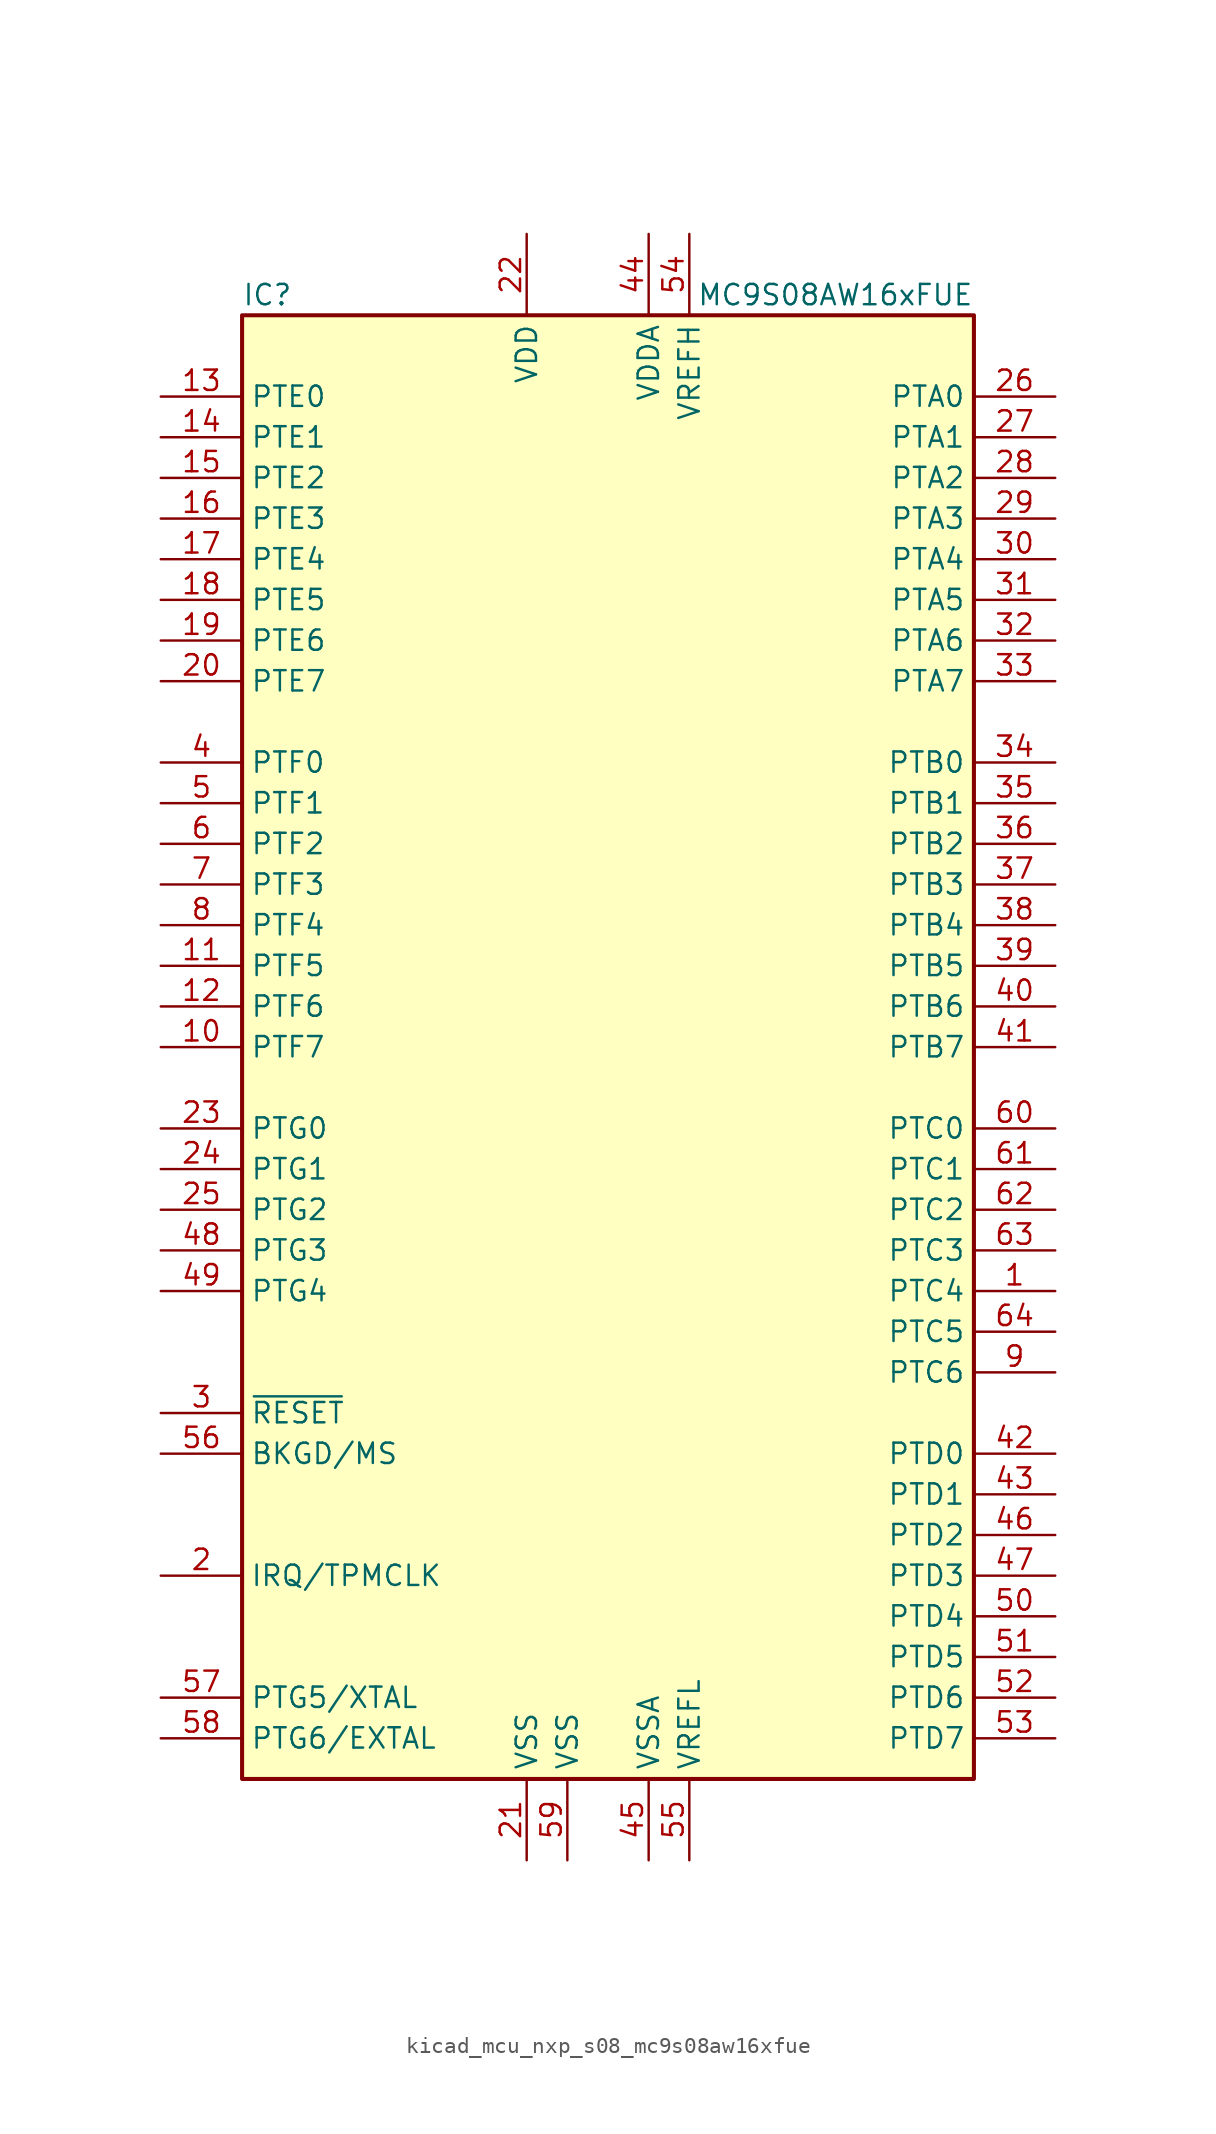
<source format=kicad_sym>
(kicad_symbol_lib
  (version 20220914)
  (generator kicad_symbol_editor)
  (symbol "kicad_mcu_nxp_s08_mc9s08aw16xfue"
    (property "Reference" "IC"
      (at -22.86 46.99 0)
      (effects (font (size 1.27 1.27)) (justify left)))
    (property "Value" "MC9S08AW16xFUE"
      (at 22.86 46.99 0)
      (effects (font (size 1.27 1.27)) (justify right)))
    (symbol "kicad_mcu_nxp_s08_mc9s08aw16xfue_0_1"
      (rectangle (start -22.86 45.72) (end 22.86 -45.72) (stroke (width 0.254) (type default)) (fill (type background))))
    (symbol "kicad_mcu_nxp_s08_mc9s08aw16xfue_1_1"
      (pin bidirectional line (at 27.94 -15.24 180) (length 5.08) (name "PTC4" (effects (font (size 1.27 1.27)))) (number "1" (effects (font (size 1.27 1.27)))))
      (pin bidirectional line (at -27.94 0 0) (length 5.08) (name "PTF7" (effects (font (size 1.27 1.27)))) (number "10" (effects (font (size 1.27 1.27)))))
      (pin bidirectional line (at -27.94 5.08 0) (length 5.08) (name "PTF5" (effects (font (size 1.27 1.27)))) (number "11" (effects (font (size 1.27 1.27)))))
      (pin bidirectional line (at -27.94 2.54 0) (length 5.08) (name "PTF6" (effects (font (size 1.27 1.27)))) (number "12" (effects (font (size 1.27 1.27)))))
      (pin bidirectional line (at -27.94 40.64 0) (length 5.08) (name "PTE0" (effects (font (size 1.27 1.27)))) (number "13" (effects (font (size 1.27 1.27)))))
      (pin bidirectional line (at -27.94 38.1 0) (length 5.08) (name "PTE1" (effects (font (size 1.27 1.27)))) (number "14" (effects (font (size 1.27 1.27)))))
      (pin bidirectional line (at -27.94 35.56 0) (length 5.08) (name "PTE2" (effects (font (size 1.27 1.27)))) (number "15" (effects (font (size 1.27 1.27)))))
      (pin bidirectional line (at -27.94 33.02 0) (length 5.08) (name "PTE3" (effects (font (size 1.27 1.27)))) (number "16" (effects (font (size 1.27 1.27)))))
      (pin bidirectional line (at -27.94 30.48 0) (length 5.08) (name "PTE4" (effects (font (size 1.27 1.27)))) (number "17" (effects (font (size 1.27 1.27)))))
      (pin bidirectional line (at -27.94 27.94 0) (length 5.08) (name "PTE5" (effects (font (size 1.27 1.27)))) (number "18" (effects (font (size 1.27 1.27)))))
      (pin bidirectional line (at -27.94 25.4 0) (length 5.08) (name "PTE6" (effects (font (size 1.27 1.27)))) (number "19" (effects (font (size 1.27 1.27)))))
      (pin input line (at -27.94 -33.02 0) (length 5.08) (name "IRQ/TPMCLK" (effects (font (size 1.27 1.27)))) (number "2" (effects (font (size 1.27 1.27)))))
      (pin bidirectional line (at -27.94 22.86 0) (length 5.08) (name "PTE7" (effects (font (size 1.27 1.27)))) (number "20" (effects (font (size 1.27 1.27)))))
      (pin power_in line (at -5.08 -50.8 90) (length 5.08) (name "VSS" (effects (font (size 1.27 1.27)))) (number "21" (effects (font (size 1.27 1.27)))))
      (pin power_in line (at -5.08 50.8 270) (length 5.08) (name "VDD" (effects (font (size 1.27 1.27)))) (number "22" (effects (font (size 1.27 1.27)))))
      (pin bidirectional line (at -27.94 -5.08 0) (length 5.08) (name "PTG0" (effects (font (size 1.27 1.27)))) (number "23" (effects (font (size 1.27 1.27)))))
      (pin bidirectional line (at -27.94 -7.62 0) (length 5.08) (name "PTG1" (effects (font (size 1.27 1.27)))) (number "24" (effects (font (size 1.27 1.27)))))
      (pin bidirectional line (at -27.94 -10.16 0) (length 5.08) (name "PTG2" (effects (font (size 1.27 1.27)))) (number "25" (effects (font (size 1.27 1.27)))))
      (pin bidirectional line (at 27.94 40.64 180) (length 5.08) (name "PTA0" (effects (font (size 1.27 1.27)))) (number "26" (effects (font (size 1.27 1.27)))))
      (pin bidirectional line (at 27.94 38.1 180) (length 5.08) (name "PTA1" (effects (font (size 1.27 1.27)))) (number "27" (effects (font (size 1.27 1.27)))))
      (pin bidirectional line (at 27.94 35.56 180) (length 5.08) (name "PTA2" (effects (font (size 1.27 1.27)))) (number "28" (effects (font (size 1.27 1.27)))))
      (pin bidirectional line (at 27.94 33.02 180) (length 5.08) (name "PTA3" (effects (font (size 1.27 1.27)))) (number "29" (effects (font (size 1.27 1.27)))))
      (pin input line (at -27.94 -22.86 0) (length 5.08) (name "~{RESET}" (effects (font (size 1.27 1.27)))) (number "3" (effects (font (size 1.27 1.27)))))
      (pin bidirectional line (at 27.94 30.48 180) (length 5.08) (name "PTA4" (effects (font (size 1.27 1.27)))) (number "30" (effects (font (size 1.27 1.27)))))
      (pin bidirectional line (at 27.94 27.94 180) (length 5.08) (name "PTA5" (effects (font (size 1.27 1.27)))) (number "31" (effects (font (size 1.27 1.27)))))
      (pin bidirectional line (at 27.94 25.4 180) (length 5.08) (name "PTA6" (effects (font (size 1.27 1.27)))) (number "32" (effects (font (size 1.27 1.27)))))
      (pin bidirectional line (at 27.94 22.86 180) (length 5.08) (name "PTA7" (effects (font (size 1.27 1.27)))) (number "33" (effects (font (size 1.27 1.27)))))
      (pin bidirectional line (at 27.94 17.78 180) (length 5.08) (name "PTB0" (effects (font (size 1.27 1.27)))) (number "34" (effects (font (size 1.27 1.27)))))
      (pin bidirectional line (at 27.94 15.24 180) (length 5.08) (name "PTB1" (effects (font (size 1.27 1.27)))) (number "35" (effects (font (size 1.27 1.27)))))
      (pin bidirectional line (at 27.94 12.7 180) (length 5.08) (name "PTB2" (effects (font (size 1.27 1.27)))) (number "36" (effects (font (size 1.27 1.27)))))
      (pin bidirectional line (at 27.94 10.16 180) (length 5.08) (name "PTB3" (effects (font (size 1.27 1.27)))) (number "37" (effects (font (size 1.27 1.27)))))
      (pin bidirectional line (at 27.94 7.62 180) (length 5.08) (name "PTB4" (effects (font (size 1.27 1.27)))) (number "38" (effects (font (size 1.27 1.27)))))
      (pin bidirectional line (at 27.94 5.08 180) (length 5.08) (name "PTB5" (effects (font (size 1.27 1.27)))) (number "39" (effects (font (size 1.27 1.27)))))
      (pin bidirectional line (at -27.94 17.78 0) (length 5.08) (name "PTF0" (effects (font (size 1.27 1.27)))) (number "4" (effects (font (size 1.27 1.27)))))
      (pin bidirectional line (at 27.94 2.54 180) (length 5.08) (name "PTB6" (effects (font (size 1.27 1.27)))) (number "40" (effects (font (size 1.27 1.27)))))
      (pin bidirectional line (at 27.94 0 180) (length 5.08) (name "PTB7" (effects (font (size 1.27 1.27)))) (number "41" (effects (font (size 1.27 1.27)))))
      (pin bidirectional line (at 27.94 -25.4 180) (length 5.08) (name "PTD0" (effects (font (size 1.27 1.27)))) (number "42" (effects (font (size 1.27 1.27)))))
      (pin bidirectional line (at 27.94 -27.94 180) (length 5.08) (name "PTD1" (effects (font (size 1.27 1.27)))) (number "43" (effects (font (size 1.27 1.27)))))
      (pin power_in line (at 2.54 50.8 270) (length 5.08) (name "VDDA" (effects (font (size 1.27 1.27)))) (number "44" (effects (font (size 1.27 1.27)))))
      (pin power_in line (at 2.54 -50.8 90) (length 5.08) (name "VSSA" (effects (font (size 1.27 1.27)))) (number "45" (effects (font (size 1.27 1.27)))))
      (pin bidirectional line (at 27.94 -30.48 180) (length 5.08) (name "PTD2" (effects (font (size 1.27 1.27)))) (number "46" (effects (font (size 1.27 1.27)))))
      (pin bidirectional line (at 27.94 -33.02 180) (length 5.08) (name "PTD3" (effects (font (size 1.27 1.27)))) (number "47" (effects (font (size 1.27 1.27)))))
      (pin bidirectional line (at -27.94 -12.7 0) (length 5.08) (name "PTG3" (effects (font (size 1.27 1.27)))) (number "48" (effects (font (size 1.27 1.27)))))
      (pin bidirectional line (at -27.94 -15.24 0) (length 5.08) (name "PTG4" (effects (font (size 1.27 1.27)))) (number "49" (effects (font (size 1.27 1.27)))))
      (pin bidirectional line (at -27.94 15.24 0) (length 5.08) (name "PTF1" (effects (font (size 1.27 1.27)))) (number "5" (effects (font (size 1.27 1.27)))))
      (pin bidirectional line (at 27.94 -35.56 180) (length 5.08) (name "PTD4" (effects (font (size 1.27 1.27)))) (number "50" (effects (font (size 1.27 1.27)))))
      (pin bidirectional line (at 27.94 -38.1 180) (length 5.08) (name "PTD5" (effects (font (size 1.27 1.27)))) (number "51" (effects (font (size 1.27 1.27)))))
      (pin bidirectional line (at 27.94 -40.64 180) (length 5.08) (name "PTD6" (effects (font (size 1.27 1.27)))) (number "52" (effects (font (size 1.27 1.27)))))
      (pin bidirectional line (at 27.94 -43.18 180) (length 5.08) (name "PTD7" (effects (font (size 1.27 1.27)))) (number "53" (effects (font (size 1.27 1.27)))))
      (pin power_in line (at 5.08 50.8 270) (length 5.08) (name "VREFH" (effects (font (size 1.27 1.27)))) (number "54" (effects (font (size 1.27 1.27)))))
      (pin power_in line (at 5.08 -50.8 90) (length 5.08) (name "VREFL" (effects (font (size 1.27 1.27)))) (number "55" (effects (font (size 1.27 1.27)))))
      (pin bidirectional line (at -27.94 -25.4 0) (length 5.08) (name "BKGD/MS" (effects (font (size 1.27 1.27)))) (number "56" (effects (font (size 1.27 1.27)))))
      (pin bidirectional line (at -27.94 -40.64 0) (length 5.08) (name "PTG5/XTAL" (effects (font (size 1.27 1.27)))) (number "57" (effects (font (size 1.27 1.27)))))
      (pin bidirectional line (at -27.94 -43.18 0) (length 5.08) (name "PTG6/EXTAL" (effects (font (size 1.27 1.27)))) (number "58" (effects (font (size 1.27 1.27)))))
      (pin power_in line (at -2.54 -50.8 90) (length 5.08) (name "VSS" (effects (font (size 1.27 1.27)))) (number "59" (effects (font (size 1.27 1.27)))))
      (pin bidirectional line (at -27.94 12.7 0) (length 5.08) (name "PTF2" (effects (font (size 1.27 1.27)))) (number "6" (effects (font (size 1.27 1.27)))))
      (pin bidirectional line (at 27.94 -5.08 180) (length 5.08) (name "PTC0" (effects (font (size 1.27 1.27)))) (number "60" (effects (font (size 1.27 1.27)))))
      (pin bidirectional line (at 27.94 -7.62 180) (length 5.08) (name "PTC1" (effects (font (size 1.27 1.27)))) (number "61" (effects (font (size 1.27 1.27)))))
      (pin bidirectional line (at 27.94 -10.16 180) (length 5.08) (name "PTC2" (effects (font (size 1.27 1.27)))) (number "62" (effects (font (size 1.27 1.27)))))
      (pin bidirectional line (at 27.94 -12.7 180) (length 5.08) (name "PTC3" (effects (font (size 1.27 1.27)))) (number "63" (effects (font (size 1.27 1.27)))))
      (pin bidirectional line (at 27.94 -17.78 180) (length 5.08) (name "PTC5" (effects (font (size 1.27 1.27)))) (number "64" (effects (font (size 1.27 1.27)))))
      (pin bidirectional line (at -27.94 10.16 0) (length 5.08) (name "PTF3" (effects (font (size 1.27 1.27)))) (number "7" (effects (font (size 1.27 1.27)))))
      (pin bidirectional line (at -27.94 7.62 0) (length 5.08) (name "PTF4" (effects (font (size 1.27 1.27)))) (number "8" (effects (font (size 1.27 1.27)))))
      (pin bidirectional line (at 27.94 -20.32 180) (length 5.08) (name "PTC6" (effects (font (size 1.27 1.27)))) (number "9" (effects (font (size 1.27 1.27))))))))
</source>
